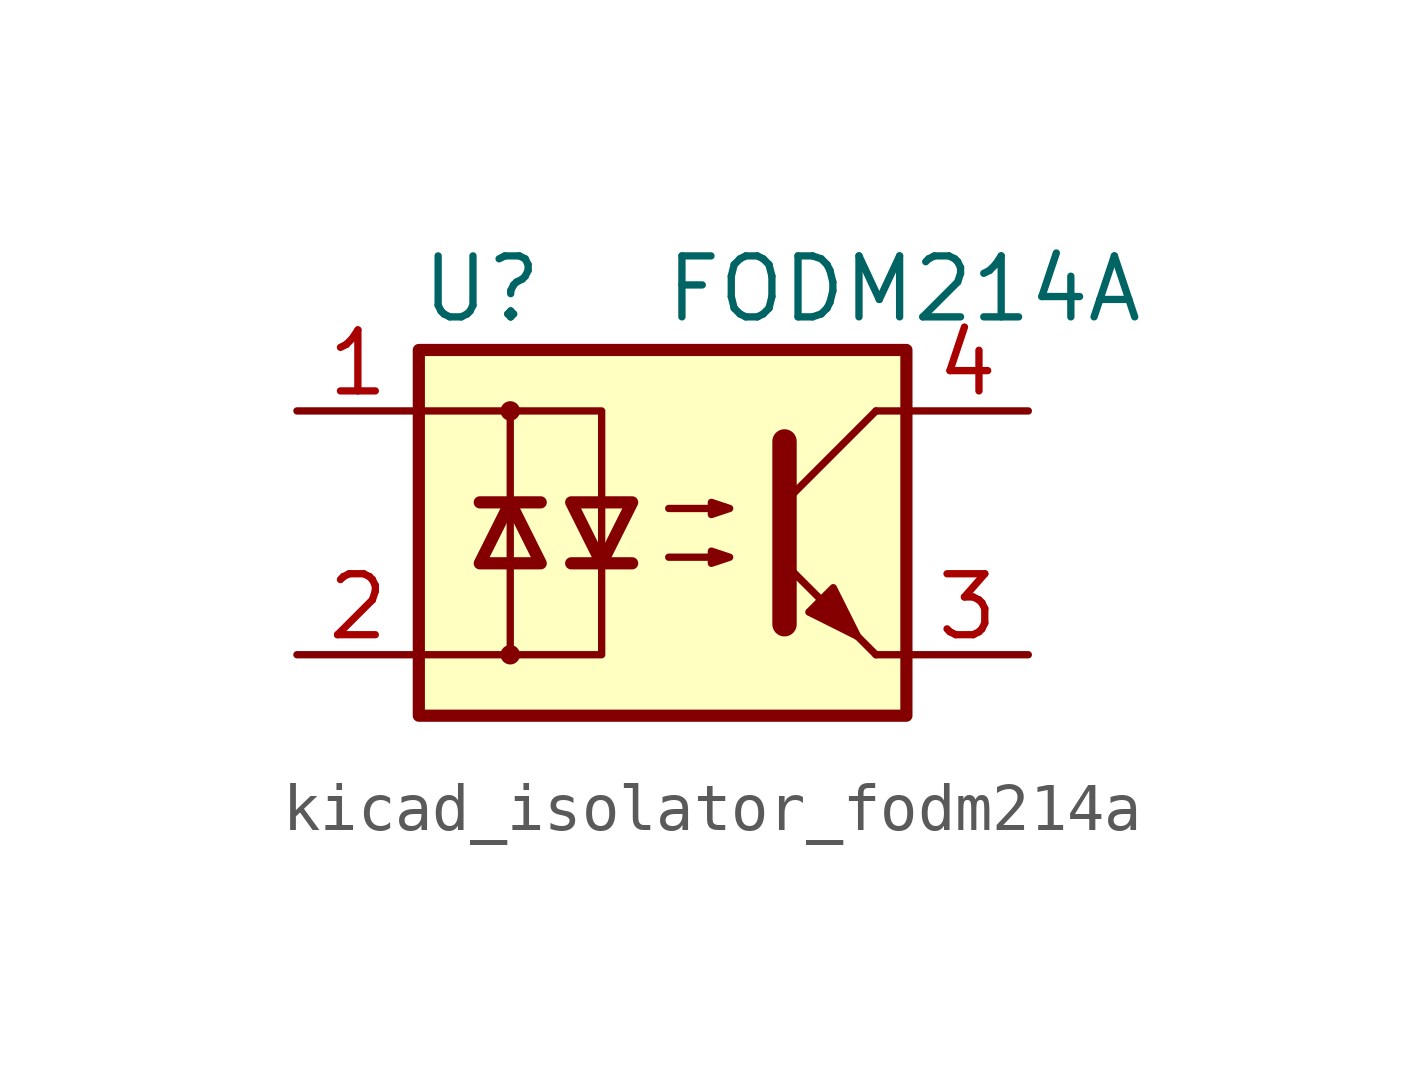
<source format=kicad_sym>
(kicad_symbol_lib
  (version 20220914)
  (generator kicad_symbol_editor)
  (symbol "kicad_isolator_fodm214a"
    (property "Reference" "U"
      (at -5.08 5.08 0)
      (effects (font (size 1.27 1.27)) (justify left)))
    (property "Value" "FODM214A"
      (at 0 5.08 0)
      (effects (font (size 1.27 1.27)) (justify left)))
    (symbol "kicad_isolator_fodm214a_0_1"
      (rectangle (start -5.08 3.81) (end 5.08 -3.81) (stroke (width 0.254) (type default)) (fill (type background)))
      (circle (center -3.175 -2.54) (radius 0.127) (stroke (width 0) (type default)) (fill (type none)))
      (circle (center -3.175 2.54) (radius 0.127) (stroke (width 0) (type default)) (fill (type none)))
      (polyline (pts (xy -3.81 0.635) (xy -2.54 0.635)) (stroke (width 0.254) (type default)) (fill (type none)))
      (polyline (pts (xy -3.175 -0.635) (xy -3.175 -2.54)) (stroke (width 0) (type default)) (fill (type none)))
      (polyline (pts (xy -3.175 -0.635) (xy -3.175 2.54)) (stroke (width 0) (type default)) (fill (type none)))
      (polyline (pts (xy -1.905 -0.635) (xy -0.635 -0.635)) (stroke (width 0.254) (type default)) (fill (type none)))
      (polyline (pts (xy 2.54 0.635) (xy 4.445 2.54)) (stroke (width 0) (type default)) (fill (type none)))
      (polyline (pts (xy 4.445 -2.54) (xy 2.54 -0.635)) (stroke (width 0) (type default)) (fill (type outline)))
      (polyline (pts (xy 4.445 -2.54) (xy 5.08 -2.54)) (stroke (width 0) (type default)) (fill (type none)))
      (polyline (pts (xy 4.445 2.54) (xy 5.08 2.54)) (stroke (width 0) (type default)) (fill (type none)))
      (polyline (pts (xy -5.08 2.54) (xy -1.27 2.54) (xy -1.27 -0.635)) (stroke (width 0) (type default)) (fill (type none)))
      (polyline (pts (xy -1.27 -0.635) (xy -1.27 -2.54) (xy -5.08 -2.54)) (stroke (width 0) (type default)) (fill (type none)))
      (polyline (pts (xy 2.54 1.905) (xy 2.54 -1.905) (xy 2.54 -1.905)) (stroke (width 0.508) (type default)) (fill (type none)))
      (polyline (pts (xy -3.175 0.635) (xy -3.81 -0.635) (xy -2.54 -0.635) (xy -3.175 0.635)) (stroke (width 0.254) (type default)) (fill (type none)))
      (polyline (pts (xy -1.27 -0.635) (xy -1.905 0.635) (xy -0.635 0.635) (xy -1.27 -0.635)) (stroke (width 0.254) (type default)) (fill (type none)))
      (polyline (pts (xy 0.127 -0.508) (xy 1.397 -0.508) (xy 1.016 -0.635) (xy 1.016 -0.381) (xy 1.397 -0.508)) (stroke (width 0) (type default)) (fill (type none)))
      (polyline (pts (xy 0.127 0.508) (xy 1.397 0.508) (xy 1.016 0.381) (xy 1.016 0.635) (xy 1.397 0.508)) (stroke (width 0) (type default)) (fill (type none)))
      (polyline (pts (xy 3.048 -1.651) (xy 3.556 -1.143) (xy 4.064 -2.159) (xy 3.048 -1.651) (xy 3.048 -1.651)) (stroke (width 0) (type default)) (fill (type outline))))
    (symbol "kicad_isolator_fodm214a_1_1"
      (pin passive line (at -7.62 2.54 0) (length 2.54) (name "~" (effects (font (size 1.27 1.27)))) (number "1" (effects (font (size 1.27 1.27)))))
      (pin passive line (at -7.62 -2.54 0) (length 2.54) (name "~" (effects (font (size 1.27 1.27)))) (number "2" (effects (font (size 1.27 1.27)))))
      (pin passive line (at 7.62 -2.54 180) (length 2.54) (name "~" (effects (font (size 1.27 1.27)))) (number "3" (effects (font (size 1.27 1.27)))))
      (pin passive line (at 7.62 2.54 180) (length 2.54) (name "~" (effects (font (size 1.27 1.27)))) (number "4" (effects (font (size 1.27 1.27))))))))
</source>
